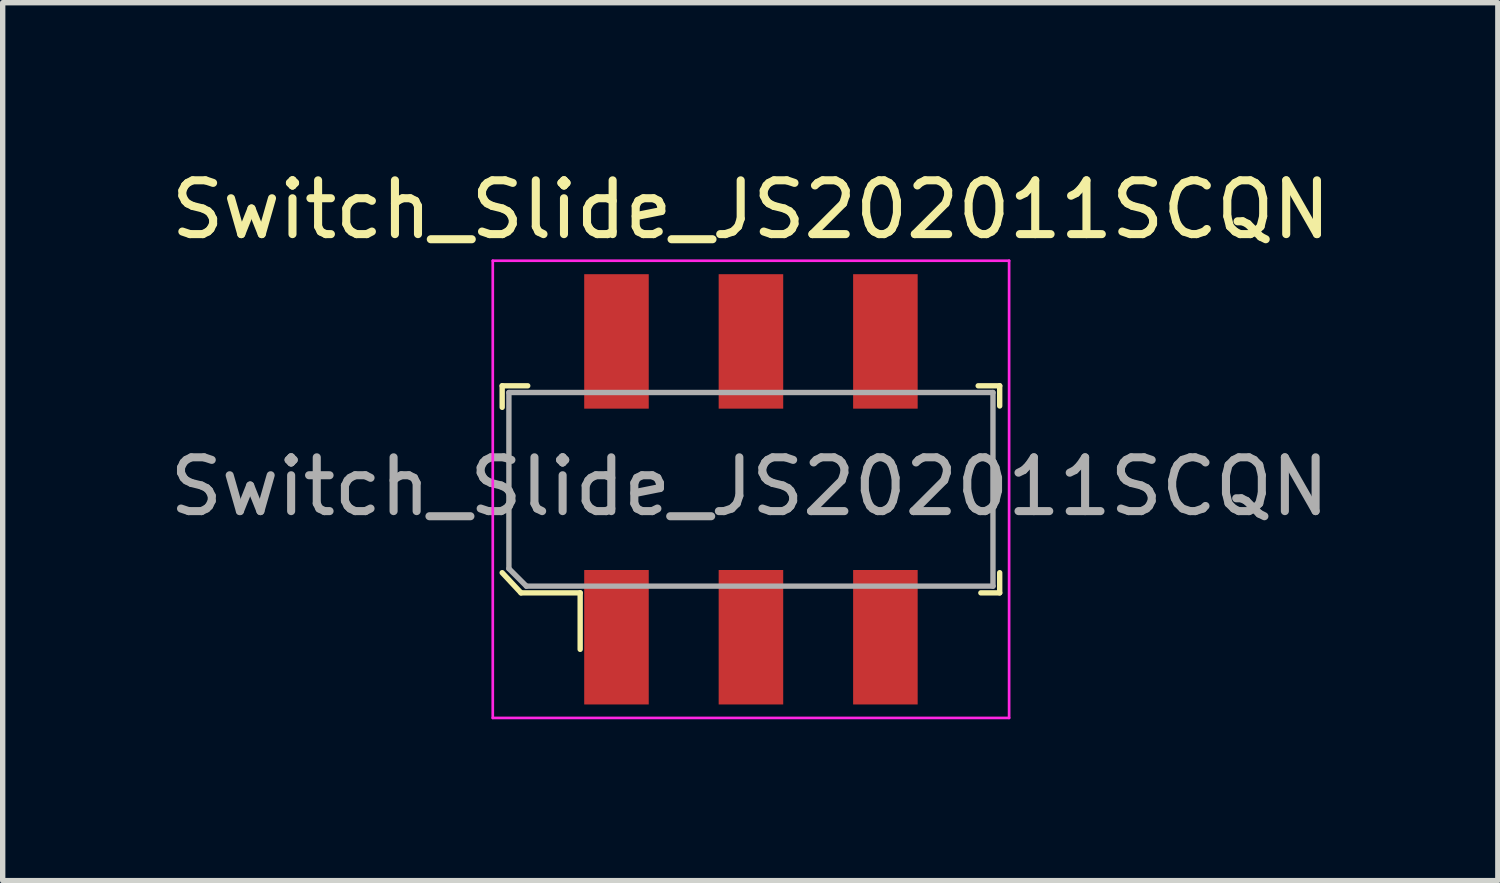
<source format=kicad_pcb>
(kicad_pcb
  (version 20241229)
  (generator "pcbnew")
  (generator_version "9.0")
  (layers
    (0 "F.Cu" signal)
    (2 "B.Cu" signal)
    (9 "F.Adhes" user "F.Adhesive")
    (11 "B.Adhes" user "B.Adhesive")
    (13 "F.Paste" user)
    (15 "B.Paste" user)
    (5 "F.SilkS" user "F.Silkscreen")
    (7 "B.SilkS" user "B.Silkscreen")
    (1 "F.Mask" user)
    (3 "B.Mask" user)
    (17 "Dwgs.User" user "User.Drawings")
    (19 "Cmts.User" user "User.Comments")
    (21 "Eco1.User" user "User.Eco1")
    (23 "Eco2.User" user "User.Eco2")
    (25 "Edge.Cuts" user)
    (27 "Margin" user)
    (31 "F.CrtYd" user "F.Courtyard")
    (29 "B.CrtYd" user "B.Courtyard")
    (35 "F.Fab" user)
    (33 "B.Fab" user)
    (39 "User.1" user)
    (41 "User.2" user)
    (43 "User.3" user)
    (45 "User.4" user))
  (footprint "Switch_Slide_JS202011SCQN"
    (layer "F.Cu")
    (at 10.912 6.048)
    (property "Reference" "Switch_Slide_JS202011SCQN" (at 0 -5.2 0) (layer "F.SilkS") (effects (font (size 1 1) (thickness 0.15))))
    (attr smd)
    (fp_line (start -4.625 -1.925) (end -4.625 -1.525) (stroke (width 0.1) (type solid)) (layer "F.SilkS"))
    (fp_line (start -4.625 1.55) (end -4.275 1.925) (stroke (width 0.1) (type solid)) (layer "F.SilkS"))
    (fp_line (start -4.275 1.925) (end -3.175 1.925) (stroke (width 0.1) (type solid)) (layer "F.SilkS"))
    (fp_line (start -4.15 -1.925) (end -4.625 -1.925) (stroke (width 0.1) (type solid)) (layer "F.SilkS"))
    (fp_line (start -3.175 1.925) (end -3.175 2.975) (stroke (width 0.1) (type solid)) (layer "F.SilkS"))
    (fp_line (start 4.225 -1.925) (end 4.625 -1.925) (stroke (width 0.1) (type solid)) (layer "F.SilkS"))
    (fp_line (start 4.625 -1.925) (end 4.625 -1.55) (stroke (width 0.1) (type solid)) (layer "F.SilkS"))
    (fp_line (start 4.625 1.55) (end 4.625 1.925) (stroke (width 0.1) (type solid)) (layer "F.SilkS"))
    (fp_line (start 4.625 1.925) (end 4.275 1.925) (stroke (width 0.1) (type solid)) (layer "F.SilkS"))
    (fp_line (start -4.8 -4.25) (end -4.8 4.25) (stroke (width 0.05) (type solid)) (layer "F.CrtYd"))
    (fp_line (start -4.8 4.25) (end 4.8 4.25) (stroke (width 0.05) (type solid)) (layer "F.CrtYd"))
    (fp_line (start 4.8 -4.25) (end -4.8 -4.25) (stroke (width 0.05) (type solid)) (layer "F.CrtYd"))
    (fp_line (start 4.8 -4.25) (end 4.8 4.25) (stroke (width 0.05) (type solid)) (layer "F.CrtYd"))
    (fp_line (start -4.5 1.475) (end -4.5 -1.8) (stroke (width 0.1) (type solid)) (layer "F.Fab"))
    (fp_line (start -4.5 1.475) (end -4.175 1.8) (stroke (width 0.1) (type solid)) (layer "F.Fab"))
    (fp_line (start -4.175 1.8) (end 4.5 1.8) (stroke (width 0.1) (type solid)) (layer "F.Fab"))
    (fp_line (start 4.5 -1.8) (end -4.5 -1.8) (stroke (width 0.1) (type solid)) (layer "F.Fab"))
    (fp_line (start 4.5 -1.8) (end 4.5 1.8) (stroke (width 0.1) (type solid)) (layer "F.Fab"))
    (fp_text user "${REFERENCE}" (at -0.025 -0.05 0) (layer "F.Fab") (effects (font (size 1 1) (thickness 0.15))))
    (pad "1" smd rect (at -2.5 2.75) (size 1.2 2.5) (layers "F.Cu" "F.Mask" "F.Paste"))
    (pad "2" smd rect (at 0 2.75) (size 1.2 2.5) (layers "F.Cu" "F.Mask" "F.Paste"))
    (pad "3" smd rect (at 2.5 2.75) (size 1.2 2.5) (layers "F.Cu" "F.Mask" "F.Paste"))
    (pad "4" smd rect (at -2.5 -2.75) (size 1.2 2.5) (layers "F.Cu" "F.Mask" "F.Paste"))
    (pad "5" smd rect (at 0 -2.75) (size 1.2 2.5) (layers "F.Cu" "F.Mask" "F.Paste"))
    (pad "6" smd rect (at 2.5 -2.75) (size 1.2 2.5) (layers "F.Cu" "F.Mask" "F.Paste")))
  (gr_rect
    (start -3 -3)
    (end 24.799 13.323)
    (stroke (width 0.1) (type default))
    (fill no)
    (layer "Edge.Cuts")))
</source>
